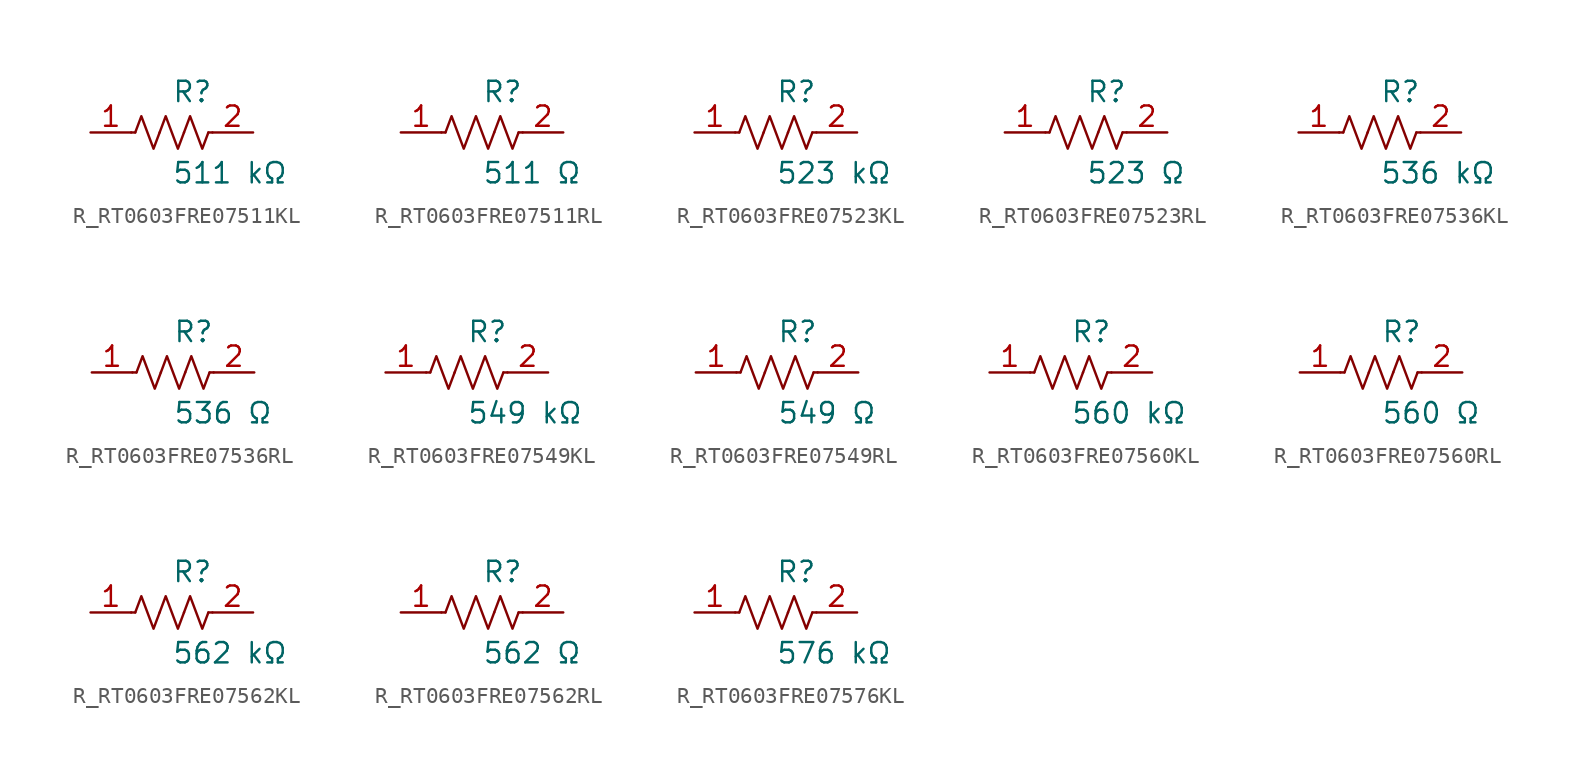
<source format=kicad_sym>
(kicad_symbol_lib
  (version 20231120)
  (generator kicad_symbol_editor)
  (generator_version 8.0)
  (symbol "R_RT0603FRE07511KL"
    (pin_names
      (offset 0.254))
    (property "Reference" "R"
      (at 0.0 2.54 0)
      (effects (font (size 1.27 1.27)) (justify left)))
    (property "Value" "511 kΩ"
      (at 0.0 -2.54 0)
      (effects (font (size 1.27 1.27)) (justify left)))
    (symbol "R_RT0603FRE07511KL_0_1"
      (polyline (pts (xy 2.286 0) (xy 2.54 0)) (stroke (width 0) (type default)) (fill (type none)))
      (polyline (pts (xy -2.286 0) (xy -2.54 0)) (stroke (width 0) (type default)) (fill (type none)))
      (polyline (pts (xy 0.762 0) (xy 1.143 1.016) (xy 1.524 0) (xy 1.905 -1.016) (xy 2.286 0)) (stroke (width 0) (type default)) (fill (type none)))
      (polyline (pts (xy -0.762 0) (xy -0.381 1.016) (xy 0 0) (xy 0.381 -1.016) (xy 0.762 0)) (stroke (width 0) (type default)) (fill (type none)))
      (polyline (pts (xy -2.286 0) (xy -1.905 1.016) (xy -1.524 0) (xy -1.143 -1.016) (xy -0.762 0)) (stroke (width 0) (type default)) (fill (type none))))
    (pin unspecified line
      (at -5.08 0 0)
      (length 2.54)
      (name "" (effects (font (size 1.27 1.27))))
      (number "1" (effects (font (size 1.27 1.27)))))
    (pin unspecified line
      (at 5.08 0 180)
      (length 2.54)
      (name "" (effects (font (size 1.27 1.27))))
      (number "2" (effects (font (size 1.27 1.27))))))
  (symbol "R_RT0603FRE07511RL"
    (pin_names
      (offset 0.254))
    (property "Reference" "R"
      (at 0.0 2.54 0)
      (effects (font (size 1.27 1.27)) (justify left)))
    (property "Value" "511 Ω"
      (at 0.0 -2.54 0)
      (effects (font (size 1.27 1.27)) (justify left)))
    (symbol "R_RT0603FRE07511RL_0_1"
      (polyline (pts (xy 2.286 0) (xy 2.54 0)) (stroke (width 0) (type default)) (fill (type none)))
      (polyline (pts (xy -2.286 0) (xy -2.54 0)) (stroke (width 0) (type default)) (fill (type none)))
      (polyline (pts (xy 0.762 0) (xy 1.143 1.016) (xy 1.524 0) (xy 1.905 -1.016) (xy 2.286 0)) (stroke (width 0) (type default)) (fill (type none)))
      (polyline (pts (xy -0.762 0) (xy -0.381 1.016) (xy 0 0) (xy 0.381 -1.016) (xy 0.762 0)) (stroke (width 0) (type default)) (fill (type none)))
      (polyline (pts (xy -2.286 0) (xy -1.905 1.016) (xy -1.524 0) (xy -1.143 -1.016) (xy -0.762 0)) (stroke (width 0) (type default)) (fill (type none))))
    (pin unspecified line
      (at -5.08 0 0)
      (length 2.54)
      (name "" (effects (font (size 1.27 1.27))))
      (number "1" (effects (font (size 1.27 1.27)))))
    (pin unspecified line
      (at 5.08 0 180)
      (length 2.54)
      (name "" (effects (font (size 1.27 1.27))))
      (number "2" (effects (font (size 1.27 1.27))))))
  (symbol "R_RT0603FRE07523KL"
    (pin_names
      (offset 0.254))
    (property "Reference" "R"
      (at 0.0 2.54 0)
      (effects (font (size 1.27 1.27)) (justify left)))
    (property "Value" "523 kΩ"
      (at 0.0 -2.54 0)
      (effects (font (size 1.27 1.27)) (justify left)))
    (symbol "R_RT0603FRE07523KL_0_1"
      (polyline (pts (xy 2.286 0) (xy 2.54 0)) (stroke (width 0) (type default)) (fill (type none)))
      (polyline (pts (xy -2.286 0) (xy -2.54 0)) (stroke (width 0) (type default)) (fill (type none)))
      (polyline (pts (xy 0.762 0) (xy 1.143 1.016) (xy 1.524 0) (xy 1.905 -1.016) (xy 2.286 0)) (stroke (width 0) (type default)) (fill (type none)))
      (polyline (pts (xy -0.762 0) (xy -0.381 1.016) (xy 0 0) (xy 0.381 -1.016) (xy 0.762 0)) (stroke (width 0) (type default)) (fill (type none)))
      (polyline (pts (xy -2.286 0) (xy -1.905 1.016) (xy -1.524 0) (xy -1.143 -1.016) (xy -0.762 0)) (stroke (width 0) (type default)) (fill (type none))))
    (pin unspecified line
      (at -5.08 0 0)
      (length 2.54)
      (name "" (effects (font (size 1.27 1.27))))
      (number "1" (effects (font (size 1.27 1.27)))))
    (pin unspecified line
      (at 5.08 0 180)
      (length 2.54)
      (name "" (effects (font (size 1.27 1.27))))
      (number "2" (effects (font (size 1.27 1.27))))))
  (symbol "R_RT0603FRE07523RL"
    (pin_names
      (offset 0.254))
    (property "Reference" "R"
      (at 0.0 2.54 0)
      (effects (font (size 1.27 1.27)) (justify left)))
    (property "Value" "523 Ω"
      (at 0.0 -2.54 0)
      (effects (font (size 1.27 1.27)) (justify left)))
    (symbol "R_RT0603FRE07523RL_0_1"
      (polyline (pts (xy 2.286 0) (xy 2.54 0)) (stroke (width 0) (type default)) (fill (type none)))
      (polyline (pts (xy -2.286 0) (xy -2.54 0)) (stroke (width 0) (type default)) (fill (type none)))
      (polyline (pts (xy 0.762 0) (xy 1.143 1.016) (xy 1.524 0) (xy 1.905 -1.016) (xy 2.286 0)) (stroke (width 0) (type default)) (fill (type none)))
      (polyline (pts (xy -0.762 0) (xy -0.381 1.016) (xy 0 0) (xy 0.381 -1.016) (xy 0.762 0)) (stroke (width 0) (type default)) (fill (type none)))
      (polyline (pts (xy -2.286 0) (xy -1.905 1.016) (xy -1.524 0) (xy -1.143 -1.016) (xy -0.762 0)) (stroke (width 0) (type default)) (fill (type none))))
    (pin unspecified line
      (at -5.08 0 0)
      (length 2.54)
      (name "" (effects (font (size 1.27 1.27))))
      (number "1" (effects (font (size 1.27 1.27)))))
    (pin unspecified line
      (at 5.08 0 180)
      (length 2.54)
      (name "" (effects (font (size 1.27 1.27))))
      (number "2" (effects (font (size 1.27 1.27))))))
  (symbol "R_RT0603FRE07536KL"
    (pin_names
      (offset 0.254))
    (property "Reference" "R"
      (at 0.0 2.54 0)
      (effects (font (size 1.27 1.27)) (justify left)))
    (property "Value" "536 kΩ"
      (at 0.0 -2.54 0)
      (effects (font (size 1.27 1.27)) (justify left)))
    (symbol "R_RT0603FRE07536KL_0_1"
      (polyline (pts (xy 2.286 0) (xy 2.54 0)) (stroke (width 0) (type default)) (fill (type none)))
      (polyline (pts (xy -2.286 0) (xy -2.54 0)) (stroke (width 0) (type default)) (fill (type none)))
      (polyline (pts (xy 0.762 0) (xy 1.143 1.016) (xy 1.524 0) (xy 1.905 -1.016) (xy 2.286 0)) (stroke (width 0) (type default)) (fill (type none)))
      (polyline (pts (xy -0.762 0) (xy -0.381 1.016) (xy 0 0) (xy 0.381 -1.016) (xy 0.762 0)) (stroke (width 0) (type default)) (fill (type none)))
      (polyline (pts (xy -2.286 0) (xy -1.905 1.016) (xy -1.524 0) (xy -1.143 -1.016) (xy -0.762 0)) (stroke (width 0) (type default)) (fill (type none))))
    (pin unspecified line
      (at -5.08 0 0)
      (length 2.54)
      (name "" (effects (font (size 1.27 1.27))))
      (number "1" (effects (font (size 1.27 1.27)))))
    (pin unspecified line
      (at 5.08 0 180)
      (length 2.54)
      (name "" (effects (font (size 1.27 1.27))))
      (number "2" (effects (font (size 1.27 1.27))))))
  (symbol "R_RT0603FRE07536RL"
    (pin_names
      (offset 0.254))
    (property "Reference" "R"
      (at 0.0 2.54 0)
      (effects (font (size 1.27 1.27)) (justify left)))
    (property "Value" "536 Ω"
      (at 0.0 -2.54 0)
      (effects (font (size 1.27 1.27)) (justify left)))
    (symbol "R_RT0603FRE07536RL_0_1"
      (polyline (pts (xy 2.286 0) (xy 2.54 0)) (stroke (width 0) (type default)) (fill (type none)))
      (polyline (pts (xy -2.286 0) (xy -2.54 0)) (stroke (width 0) (type default)) (fill (type none)))
      (polyline (pts (xy 0.762 0) (xy 1.143 1.016) (xy 1.524 0) (xy 1.905 -1.016) (xy 2.286 0)) (stroke (width 0) (type default)) (fill (type none)))
      (polyline (pts (xy -0.762 0) (xy -0.381 1.016) (xy 0 0) (xy 0.381 -1.016) (xy 0.762 0)) (stroke (width 0) (type default)) (fill (type none)))
      (polyline (pts (xy -2.286 0) (xy -1.905 1.016) (xy -1.524 0) (xy -1.143 -1.016) (xy -0.762 0)) (stroke (width 0) (type default)) (fill (type none))))
    (pin unspecified line
      (at -5.08 0 0)
      (length 2.54)
      (name "" (effects (font (size 1.27 1.27))))
      (number "1" (effects (font (size 1.27 1.27)))))
    (pin unspecified line
      (at 5.08 0 180)
      (length 2.54)
      (name "" (effects (font (size 1.27 1.27))))
      (number "2" (effects (font (size 1.27 1.27))))))
  (symbol "R_RT0603FRE07549KL"
    (pin_names
      (offset 0.254))
    (property "Reference" "R"
      (at 0.0 2.54 0)
      (effects (font (size 1.27 1.27)) (justify left)))
    (property "Value" "549 kΩ"
      (at 0.0 -2.54 0)
      (effects (font (size 1.27 1.27)) (justify left)))
    (symbol "R_RT0603FRE07549KL_0_1"
      (polyline (pts (xy 2.286 0) (xy 2.54 0)) (stroke (width 0) (type default)) (fill (type none)))
      (polyline (pts (xy -2.286 0) (xy -2.54 0)) (stroke (width 0) (type default)) (fill (type none)))
      (polyline (pts (xy 0.762 0) (xy 1.143 1.016) (xy 1.524 0) (xy 1.905 -1.016) (xy 2.286 0)) (stroke (width 0) (type default)) (fill (type none)))
      (polyline (pts (xy -0.762 0) (xy -0.381 1.016) (xy 0 0) (xy 0.381 -1.016) (xy 0.762 0)) (stroke (width 0) (type default)) (fill (type none)))
      (polyline (pts (xy -2.286 0) (xy -1.905 1.016) (xy -1.524 0) (xy -1.143 -1.016) (xy -0.762 0)) (stroke (width 0) (type default)) (fill (type none))))
    (pin unspecified line
      (at -5.08 0 0)
      (length 2.54)
      (name "" (effects (font (size 1.27 1.27))))
      (number "1" (effects (font (size 1.27 1.27)))))
    (pin unspecified line
      (at 5.08 0 180)
      (length 2.54)
      (name "" (effects (font (size 1.27 1.27))))
      (number "2" (effects (font (size 1.27 1.27))))))
  (symbol "R_RT0603FRE07549RL"
    (pin_names
      (offset 0.254))
    (property "Reference" "R"
      (at 0.0 2.54 0)
      (effects (font (size 1.27 1.27)) (justify left)))
    (property "Value" "549 Ω"
      (at 0.0 -2.54 0)
      (effects (font (size 1.27 1.27)) (justify left)))
    (symbol "R_RT0603FRE07549RL_0_1"
      (polyline (pts (xy 2.286 0) (xy 2.54 0)) (stroke (width 0) (type default)) (fill (type none)))
      (polyline (pts (xy -2.286 0) (xy -2.54 0)) (stroke (width 0) (type default)) (fill (type none)))
      (polyline (pts (xy 0.762 0) (xy 1.143 1.016) (xy 1.524 0) (xy 1.905 -1.016) (xy 2.286 0)) (stroke (width 0) (type default)) (fill (type none)))
      (polyline (pts (xy -0.762 0) (xy -0.381 1.016) (xy 0 0) (xy 0.381 -1.016) (xy 0.762 0)) (stroke (width 0) (type default)) (fill (type none)))
      (polyline (pts (xy -2.286 0) (xy -1.905 1.016) (xy -1.524 0) (xy -1.143 -1.016) (xy -0.762 0)) (stroke (width 0) (type default)) (fill (type none))))
    (pin unspecified line
      (at -5.08 0 0)
      (length 2.54)
      (name "" (effects (font (size 1.27 1.27))))
      (number "1" (effects (font (size 1.27 1.27)))))
    (pin unspecified line
      (at 5.08 0 180)
      (length 2.54)
      (name "" (effects (font (size 1.27 1.27))))
      (number "2" (effects (font (size 1.27 1.27))))))
  (symbol "R_RT0603FRE07560KL"
    (pin_names
      (offset 0.254))
    (property "Reference" "R"
      (at 0.0 2.54 0)
      (effects (font (size 1.27 1.27)) (justify left)))
    (property "Value" "560 kΩ"
      (at 0.0 -2.54 0)
      (effects (font (size 1.27 1.27)) (justify left)))
    (symbol "R_RT0603FRE07560KL_0_1"
      (polyline (pts (xy 2.286 0) (xy 2.54 0)) (stroke (width 0) (type default)) (fill (type none)))
      (polyline (pts (xy -2.286 0) (xy -2.54 0)) (stroke (width 0) (type default)) (fill (type none)))
      (polyline (pts (xy 0.762 0) (xy 1.143 1.016) (xy 1.524 0) (xy 1.905 -1.016) (xy 2.286 0)) (stroke (width 0) (type default)) (fill (type none)))
      (polyline (pts (xy -0.762 0) (xy -0.381 1.016) (xy 0 0) (xy 0.381 -1.016) (xy 0.762 0)) (stroke (width 0) (type default)) (fill (type none)))
      (polyline (pts (xy -2.286 0) (xy -1.905 1.016) (xy -1.524 0) (xy -1.143 -1.016) (xy -0.762 0)) (stroke (width 0) (type default)) (fill (type none))))
    (pin unspecified line
      (at -5.08 0 0)
      (length 2.54)
      (name "" (effects (font (size 1.27 1.27))))
      (number "1" (effects (font (size 1.27 1.27)))))
    (pin unspecified line
      (at 5.08 0 180)
      (length 2.54)
      (name "" (effects (font (size 1.27 1.27))))
      (number "2" (effects (font (size 1.27 1.27))))))
  (symbol "R_RT0603FRE07560RL"
    (pin_names
      (offset 0.254))
    (property "Reference" "R"
      (at 0.0 2.54 0)
      (effects (font (size 1.27 1.27)) (justify left)))
    (property "Value" "560 Ω"
      (at 0.0 -2.54 0)
      (effects (font (size 1.27 1.27)) (justify left)))
    (symbol "R_RT0603FRE07560RL_0_1"
      (polyline (pts (xy 2.286 0) (xy 2.54 0)) (stroke (width 0) (type default)) (fill (type none)))
      (polyline (pts (xy -2.286 0) (xy -2.54 0)) (stroke (width 0) (type default)) (fill (type none)))
      (polyline (pts (xy 0.762 0) (xy 1.143 1.016) (xy 1.524 0) (xy 1.905 -1.016) (xy 2.286 0)) (stroke (width 0) (type default)) (fill (type none)))
      (polyline (pts (xy -0.762 0) (xy -0.381 1.016) (xy 0 0) (xy 0.381 -1.016) (xy 0.762 0)) (stroke (width 0) (type default)) (fill (type none)))
      (polyline (pts (xy -2.286 0) (xy -1.905 1.016) (xy -1.524 0) (xy -1.143 -1.016) (xy -0.762 0)) (stroke (width 0) (type default)) (fill (type none))))
    (pin unspecified line
      (at -5.08 0 0)
      (length 2.54)
      (name "" (effects (font (size 1.27 1.27))))
      (number "1" (effects (font (size 1.27 1.27)))))
    (pin unspecified line
      (at 5.08 0 180)
      (length 2.54)
      (name "" (effects (font (size 1.27 1.27))))
      (number "2" (effects (font (size 1.27 1.27))))))
  (symbol "R_RT0603FRE07562KL"
    (pin_names
      (offset 0.254))
    (property "Reference" "R"
      (at 0.0 2.54 0)
      (effects (font (size 1.27 1.27)) (justify left)))
    (property "Value" "562 kΩ"
      (at 0.0 -2.54 0)
      (effects (font (size 1.27 1.27)) (justify left)))
    (symbol "R_RT0603FRE07562KL_0_1"
      (polyline (pts (xy 2.286 0) (xy 2.54 0)) (stroke (width 0) (type default)) (fill (type none)))
      (polyline (pts (xy -2.286 0) (xy -2.54 0)) (stroke (width 0) (type default)) (fill (type none)))
      (polyline (pts (xy 0.762 0) (xy 1.143 1.016) (xy 1.524 0) (xy 1.905 -1.016) (xy 2.286 0)) (stroke (width 0) (type default)) (fill (type none)))
      (polyline (pts (xy -0.762 0) (xy -0.381 1.016) (xy 0 0) (xy 0.381 -1.016) (xy 0.762 0)) (stroke (width 0) (type default)) (fill (type none)))
      (polyline (pts (xy -2.286 0) (xy -1.905 1.016) (xy -1.524 0) (xy -1.143 -1.016) (xy -0.762 0)) (stroke (width 0) (type default)) (fill (type none))))
    (pin unspecified line
      (at -5.08 0 0)
      (length 2.54)
      (name "" (effects (font (size 1.27 1.27))))
      (number "1" (effects (font (size 1.27 1.27)))))
    (pin unspecified line
      (at 5.08 0 180)
      (length 2.54)
      (name "" (effects (font (size 1.27 1.27))))
      (number "2" (effects (font (size 1.27 1.27))))))
  (symbol "R_RT0603FRE07562RL"
    (pin_names
      (offset 0.254))
    (property "Reference" "R"
      (at 0.0 2.54 0)
      (effects (font (size 1.27 1.27)) (justify left)))
    (property "Value" "562 Ω"
      (at 0.0 -2.54 0)
      (effects (font (size 1.27 1.27)) (justify left)))
    (symbol "R_RT0603FRE07562RL_0_1"
      (polyline (pts (xy 2.286 0) (xy 2.54 0)) (stroke (width 0) (type default)) (fill (type none)))
      (polyline (pts (xy -2.286 0) (xy -2.54 0)) (stroke (width 0) (type default)) (fill (type none)))
      (polyline (pts (xy 0.762 0) (xy 1.143 1.016) (xy 1.524 0) (xy 1.905 -1.016) (xy 2.286 0)) (stroke (width 0) (type default)) (fill (type none)))
      (polyline (pts (xy -0.762 0) (xy -0.381 1.016) (xy 0 0) (xy 0.381 -1.016) (xy 0.762 0)) (stroke (width 0) (type default)) (fill (type none)))
      (polyline (pts (xy -2.286 0) (xy -1.905 1.016) (xy -1.524 0) (xy -1.143 -1.016) (xy -0.762 0)) (stroke (width 0) (type default)) (fill (type none))))
    (pin unspecified line
      (at -5.08 0 0)
      (length 2.54)
      (name "" (effects (font (size 1.27 1.27))))
      (number "1" (effects (font (size 1.27 1.27)))))
    (pin unspecified line
      (at 5.08 0 180)
      (length 2.54)
      (name "" (effects (font (size 1.27 1.27))))
      (number "2" (effects (font (size 1.27 1.27))))))
  (symbol "R_RT0603FRE07576KL"
    (pin_names
      (offset 0.254))
    (property "Reference" "R"
      (at 0.0 2.54 0)
      (effects (font (size 1.27 1.27)) (justify left)))
    (property "Value" "576 kΩ"
      (at 0.0 -2.54 0)
      (effects (font (size 1.27 1.27)) (justify left)))
    (symbol "R_RT0603FRE07576KL_0_1"
      (polyline (pts (xy 2.286 0) (xy 2.54 0)) (stroke (width 0) (type default)) (fill (type none)))
      (polyline (pts (xy -2.286 0) (xy -2.54 0)) (stroke (width 0) (type default)) (fill (type none)))
      (polyline (pts (xy 0.762 0) (xy 1.143 1.016) (xy 1.524 0) (xy 1.905 -1.016) (xy 2.286 0)) (stroke (width 0) (type default)) (fill (type none)))
      (polyline (pts (xy -0.762 0) (xy -0.381 1.016) (xy 0 0) (xy 0.381 -1.016) (xy 0.762 0)) (stroke (width 0) (type default)) (fill (type none)))
      (polyline (pts (xy -2.286 0) (xy -1.905 1.016) (xy -1.524 0) (xy -1.143 -1.016) (xy -0.762 0)) (stroke (width 0) (type default)) (fill (type none))))
    (pin unspecified line
      (at -5.08 0 0)
      (length 2.54)
      (name "" (effects (font (size 1.27 1.27))))
      (number "1" (effects (font (size 1.27 1.27)))))
    (pin unspecified line
      (at 5.08 0 180)
      (length 2.54)
      (name "" (effects (font (size 1.27 1.27))))
      (number "2" (effects (font (size 1.27 1.27)))))))
</source>
